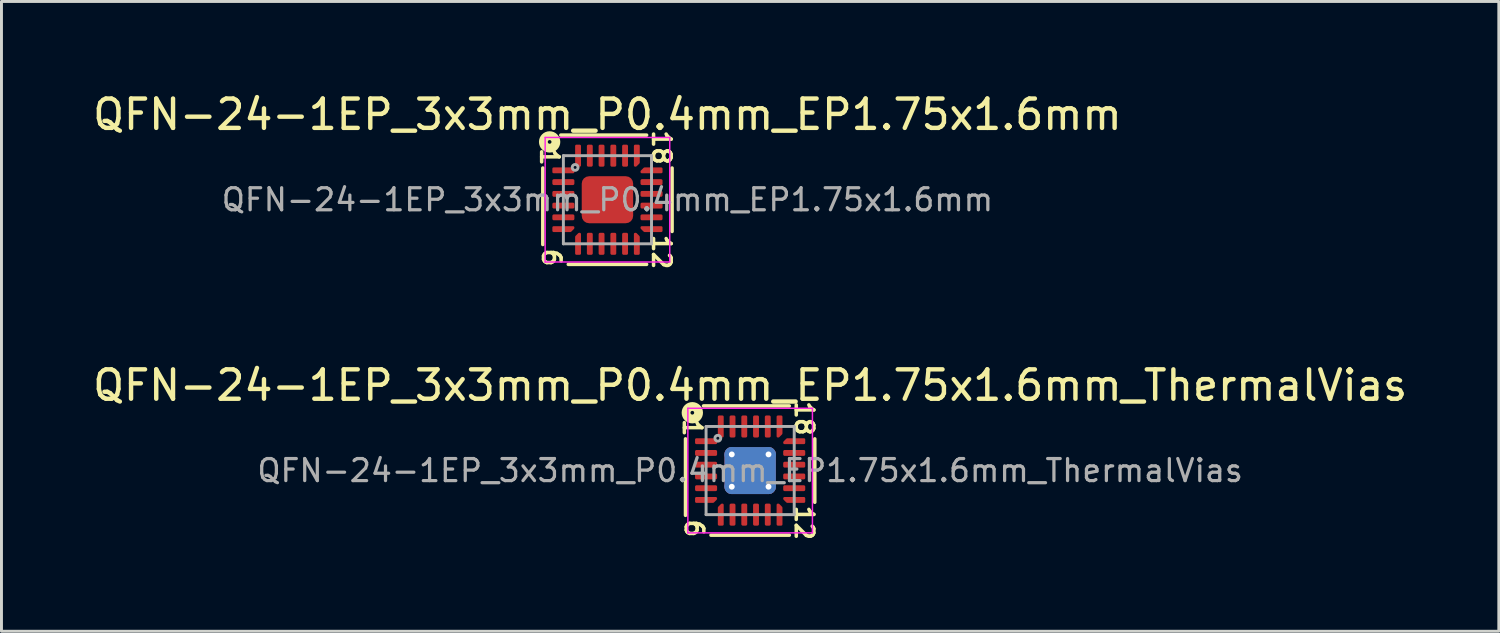
<source format=kicad_pcb>
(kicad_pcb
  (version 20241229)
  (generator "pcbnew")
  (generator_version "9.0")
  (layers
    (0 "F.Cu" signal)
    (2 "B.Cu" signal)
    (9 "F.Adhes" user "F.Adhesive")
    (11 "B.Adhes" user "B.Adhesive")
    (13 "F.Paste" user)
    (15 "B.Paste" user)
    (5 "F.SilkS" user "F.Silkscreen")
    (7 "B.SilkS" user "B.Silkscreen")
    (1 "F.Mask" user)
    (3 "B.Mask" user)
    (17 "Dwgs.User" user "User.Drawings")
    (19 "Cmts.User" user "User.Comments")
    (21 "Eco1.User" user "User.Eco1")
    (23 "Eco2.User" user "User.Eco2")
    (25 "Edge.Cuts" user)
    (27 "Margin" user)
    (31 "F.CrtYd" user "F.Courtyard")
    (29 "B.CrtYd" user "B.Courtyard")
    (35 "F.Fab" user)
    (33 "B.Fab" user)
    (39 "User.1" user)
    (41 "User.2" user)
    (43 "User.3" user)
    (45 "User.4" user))
  (footprint "QFN-24-1EP_3x3mm_P0.4mm_EP1.75x1.6mm_ThermalVias"
    (layer "F.Cu")
    (at 22.482 12.966)
    (property "Reference" "QFN-24-1EP_3x3mm_P0.4mm_EP1.75x1.6mm_ThermalVias" (at 0 -2.9 0) (layer "F.SilkS") (effects (font (size 1 1) (thickness 0.15))))
    (attr smd)
    (fp_line (start -2.2 -1.079) (end -2.2 1.524) (stroke (width 0.12) (type solid)) (layer "F.SilkS"))
    (fp_line (start -1.333 2.2) (end 1.333 2.2) (stroke (width 0.12) (type solid)) (layer "F.SilkS"))
    (fp_line (start 1.333 -2.2) (end -1.587 -2.2) (stroke (width 0.12) (type solid)) (layer "F.SilkS"))
    (fp_line (start 2.2 1.079) (end 2.2 -1.079) (stroke (width 0.12) (type solid)) (layer "F.SilkS"))
    (fp_circle (center -1.968 -1.968) (end -1.905 -1.968) (stroke (width 0.3) (type solid)) (fill no) (layer "F.SilkS"))
    (fp_line (start -2.12 -2.12) (end -2.12 2.12) (stroke (width 0.05) (type solid)) (layer "F.CrtYd"))
    (fp_line (start -2.12 2.12) (end 2.12 2.12) (stroke (width 0.05) (type solid)) (layer "F.CrtYd"))
    (fp_line (start 2.12 -2.12) (end -2.12 -2.12) (stroke (width 0.05) (type solid)) (layer "F.CrtYd"))
    (fp_line (start 2.12 2.12) (end 2.12 -2.12) (stroke (width 0.05) (type solid)) (layer "F.CrtYd"))
    (fp_line (start -1.5 -1.5) (end 1.5 -1.5) (stroke (width 0.1) (type solid)) (layer "F.Fab"))
    (fp_line (start -1.5 1.5) (end -1.5 -1.5) (stroke (width 0.1) (type solid)) (layer "F.Fab"))
    (fp_line (start 1.5 -1.5) (end 1.5 1.5) (stroke (width 0.1) (type solid)) (layer "F.Fab"))
    (fp_line (start 1.5 1.5) (end -1.5 1.5) (stroke (width 0.1) (type solid)) (layer "F.Fab"))
    (fp_circle (center -1.1 -1.1) (end -1 -1.1) (stroke (width 0.1) (type solid)) (fill no) (layer "F.Fab"))
    (fp_text user "1" (at -1.968 -1.46 270) (unlocked yes) (layer "F.SilkS") (effects (font (size 0.6 0.6) (thickness 0.12))))
    (fp_text user "6" (at -1.905 1.968 270) (unlocked yes) (layer "F.SilkS") (effects (font (size 0.6 0.6) (thickness 0.12))))
    (fp_text user "18" (at 1.841 -1.778 270) (unlocked yes) (layer "F.SilkS") (effects (font (size 0.6 0.6) (thickness 0.12))))
    (fp_text user "12" (at 1.841 1.778 270) (unlocked yes) (layer "F.SilkS") (effects (font (size 0.6 0.6) (thickness 0.12))))
    (fp_text user "${REFERENCE}" (at 0 0 0) (layer "F.Fab") (effects (font (size 0.75 0.75) (thickness 0.11))))
    (pad "" smd roundrect (at -0.44 -0.4) (size 0.76 0.69) (layers "F.Paste") (roundrect_rratio 0.25))
    (pad "" smd roundrect (at -0.44 0.4) (size 0.76 0.69) (layers "F.Paste") (roundrect_rratio 0.25))
    (pad "" smd roundrect (at 0.44 -0.4) (size 0.76 0.69) (layers "F.Paste") (roundrect_rratio 0.25))
    (pad "" smd roundrect (at 0.44 0.4) (size 0.76 0.69) (layers "F.Paste") (roundrect_rratio 0.25))
    (pad "1" smd custom (at -1.5 -1) (size 0.115 0.115) (layers "F.Cu" "F.Mask" "F.Paste") (options (anchor circle)) (primitives (gr_poly (pts (xy 0.335 0.037) (xy 0.335 0.06) (xy -0.335 0.06) (xy -0.335 -0.06) (xy 0.238 -0.06)) (width 0.08) (fill yes))))
    (pad "2" smd roundrect (at -1.5 -0.6) (size 0.75 0.2) (layers "F.Cu" "F.Mask" "F.Paste") (roundrect_rratio 0.25))
    (pad "3" smd roundrect (at -1.5 -0.2) (size 0.75 0.2) (layers "F.Cu" "F.Mask" "F.Paste") (roundrect_rratio 0.25))
    (pad "4" smd roundrect (at -1.5 0.2) (size 0.75 0.2) (layers "F.Cu" "F.Mask" "F.Paste") (roundrect_rratio 0.25))
    (pad "5" smd roundrect (at -1.5 0.6) (size 0.75 0.2) (layers "F.Cu" "F.Mask" "F.Paste") (roundrect_rratio 0.25))
    (pad "6" smd custom (at -1.5 1) (size 0.115 0.115) (layers "F.Cu" "F.Mask" "F.Paste") (options (anchor circle)) (primitives (gr_poly (pts (xy 0.335 -0.037) (xy 0.238 0.06) (xy -0.335 0.06) (xy -0.335 -0.06) (xy 0.335 -0.06)) (width 0.08) (fill yes))))
    (pad "7" smd custom (at -1 1.5) (size 0.115 0.115) (layers "F.Cu" "F.Mask" "F.Paste") (options (anchor circle)) (primitives (gr_poly (pts (xy 0.06 0.335) (xy -0.06 0.335) (xy -0.06 -0.238) (xy 0.037 -0.335) (xy 0.06 -0.335)) (width 0.08) (fill yes))))
    (pad "8" smd roundrect (at -0.6 1.5) (size 0.2 0.75) (layers "F.Cu" "F.Mask" "F.Paste") (roundrect_rratio 0.25))
    (pad "9" smd roundrect (at -0.2 1.5) (size 0.2 0.75) (layers "F.Cu" "F.Mask" "F.Paste") (roundrect_rratio 0.25))
    (pad "10" smd roundrect (at 0.2 1.5) (size 0.2 0.75) (layers "F.Cu" "F.Mask" "F.Paste") (roundrect_rratio 0.25))
    (pad "11" smd roundrect (at 0.6 1.5) (size 0.2 0.75) (layers "F.Cu" "F.Mask" "F.Paste") (roundrect_rratio 0.25))
    (pad "12" smd custom (at 1 1.5) (size 0.115 0.115) (layers "F.Cu" "F.Mask" "F.Paste") (options (anchor circle)) (primitives (gr_poly (pts (xy 0.06 -0.238) (xy 0.06 0.335) (xy -0.06 0.335) (xy -0.06 -0.335) (xy -0.037 -0.335)) (width 0.08) (fill yes))))
    (pad "13" smd custom (at 1.5 1) (size 0.115 0.115) (layers "F.Cu" "F.Mask" "F.Paste") (options (anchor circle)) (primitives (gr_poly (pts (xy 0.335 0.06) (xy -0.238 0.06) (xy -0.335 -0.037) (xy -0.335 -0.06) (xy 0.335 -0.06)) (width 0.08) (fill yes))))
    (pad "14" smd roundrect (at 1.5 0.6) (size 0.75 0.2) (layers "F.Cu" "F.Mask" "F.Paste") (roundrect_rratio 0.25))
    (pad "15" smd roundrect (at 1.5 0.2) (size 0.75 0.2) (layers "F.Cu" "F.Mask" "F.Paste") (roundrect_rratio 0.25))
    (pad "16" smd roundrect (at 1.5 -0.2) (size 0.75 0.2) (layers "F.Cu" "F.Mask" "F.Paste") (roundrect_rratio 0.25))
    (pad "17" smd roundrect (at 1.5 -0.6) (size 0.75 0.2) (layers "F.Cu" "F.Mask" "F.Paste") (roundrect_rratio 0.25))
    (pad "18" smd custom (at 1.5 -1) (size 0.115 0.115) (layers "F.Cu" "F.Mask" "F.Paste") (options (anchor circle)) (primitives (gr_poly (pts (xy 0.335 0.06) (xy -0.335 0.06) (xy -0.335 0.037) (xy -0.238 -0.06) (xy 0.335 -0.06)) (width 0.08) (fill yes))))
    (pad "19" smd custom (at 1 -1.5) (size 0.115 0.115) (layers "F.Cu" "F.Mask" "F.Paste") (options (anchor circle)) (primitives (gr_poly (pts (xy 0.06 0.238) (xy -0.037 0.335) (xy -0.06 0.335) (xy -0.06 -0.335) (xy 0.06 -0.335)) (width 0.08) (fill yes))))
    (pad "20" smd roundrect (at 0.6 -1.5) (size 0.2 0.75) (layers "F.Cu" "F.Mask" "F.Paste") (roundrect_rratio 0.25))
    (pad "21" smd roundrect (at 0.2 -1.5) (size 0.2 0.75) (layers "F.Cu" "F.Mask" "F.Paste") (roundrect_rratio 0.25))
    (pad "22" smd roundrect (at -0.2 -1.5) (size 0.2 0.75) (layers "F.Cu" "F.Mask" "F.Paste") (roundrect_rratio 0.25))
    (pad "23" smd roundrect (at -0.6 -1.5) (size 0.2 0.75) (layers "F.Cu" "F.Mask" "F.Paste") (roundrect_rratio 0.25))
    (pad "24" smd custom (at -1 -1.5) (size 0.115 0.115) (layers "F.Cu" "F.Mask" "F.Paste") (options (anchor circle)) (primitives (gr_poly (pts (xy 0.06 0.335) (xy 0.037 0.335) (xy -0.06 0.238) (xy -0.06 -0.335) (xy 0.06 -0.335)) (width 0.08) (fill yes))))
    (pad "25" thru_hole circle (at -0.625 -0.55) (size 0.5 0.5) (drill 0.2) (property pad_prop_heatsink) (layers "*.Cu"))
    (pad "25" thru_hole circle (at -0.625 0.55) (size 0.5 0.5) (drill 0.2) (property pad_prop_heatsink) (layers "*.Cu"))
    (pad "25" smd roundrect (at 0 0) (size 1.75 1.6) (layers "F.Cu" "F.Mask") (roundrect_rratio 0.156))
    (pad "25" smd roundrect (at 0 0) (size 1.75 1.6) (layers "B.Cu" "B.Mask") (roundrect_rratio 0.156))
    (pad "25" thru_hole circle (at 0.625 -0.55) (size 0.5 0.5) (drill 0.2) (property pad_prop_heatsink) (layers "*.Cu"))
    (pad "25" thru_hole circle (at 0.625 0.55) (size 0.5 0.5) (drill 0.2) (property pad_prop_heatsink) (layers "*.Cu")))
  (footprint "QFN-24-1EP_3x3mm_P0.4mm_EP1.75x1.6mm"
    (layer "F.Cu")
    (at 17.625 3.748)
    (property "Reference" "QFN-24-1EP_3x3mm_P0.4mm_EP1.75x1.6mm" (at 0 -2.9 0) (layer "F.SilkS") (effects (font (size 1 1) (thickness 0.15))))
    (attr smd)
    (fp_line (start -2.2 -1.079) (end -2.2 1.524) (stroke (width 0.12) (type solid)) (layer "F.SilkS"))
    (fp_line (start -1.333 2.2) (end 1.333 2.2) (stroke (width 0.12) (type solid)) (layer "F.SilkS"))
    (fp_line (start 1.333 -2.2) (end -1.587 -2.2) (stroke (width 0.12) (type solid)) (layer "F.SilkS"))
    (fp_line (start 2.2 1.079) (end 2.2 -1.079) (stroke (width 0.12) (type solid)) (layer "F.SilkS"))
    (fp_circle (center -1.968 -1.968) (end -1.905 -1.968) (stroke (width 0.3) (type solid)) (fill no) (layer "F.SilkS"))
    (fp_line (start -2.12 -2.12) (end -2.12 2.12) (stroke (width 0.05) (type solid)) (layer "F.CrtYd"))
    (fp_line (start -2.12 2.12) (end 2.12 2.12) (stroke (width 0.05) (type solid)) (layer "F.CrtYd"))
    (fp_line (start 2.12 -2.12) (end -2.12 -2.12) (stroke (width 0.05) (type solid)) (layer "F.CrtYd"))
    (fp_line (start 2.12 2.12) (end 2.12 -2.12) (stroke (width 0.05) (type solid)) (layer "F.CrtYd"))
    (fp_line (start -1.5 -1.5) (end 1.5 -1.5) (stroke (width 0.1) (type solid)) (layer "F.Fab"))
    (fp_line (start -1.5 1.5) (end -1.5 -1.5) (stroke (width 0.1) (type solid)) (layer "F.Fab"))
    (fp_line (start 1.5 -1.5) (end 1.5 1.5) (stroke (width 0.1) (type solid)) (layer "F.Fab"))
    (fp_line (start 1.5 1.5) (end -1.5 1.5) (stroke (width 0.1) (type solid)) (layer "F.Fab"))
    (fp_circle (center -1.1 -1.1) (end -1 -1.1) (stroke (width 0.1) (type solid)) (fill no) (layer "F.Fab"))
    (fp_text user "1" (at -1.968 -1.46 270) (unlocked yes) (layer "F.SilkS") (effects (font (size 0.6 0.6) (thickness 0.12))))
    (fp_text user "12" (at 1.841 1.778 270) (unlocked yes) (layer "F.SilkS") (effects (font (size 0.6 0.6) (thickness 0.12))))
    (fp_text user "18" (at 1.841 -1.778 270) (unlocked yes) (layer "F.SilkS") (effects (font (size 0.6 0.6) (thickness 0.12))))
    (fp_text user "6" (at -1.905 1.968 270) (unlocked yes) (layer "F.SilkS") (effects (font (size 0.6 0.6) (thickness 0.12))))
    (fp_text user "${REFERENCE}" (at 0 0 0) (layer "F.Fab") (effects (font (size 0.75 0.75) (thickness 0.11))))
    (pad "" smd roundrect (at -0.44 -0.4) (size 0.71 0.64) (layers "F.Paste") (roundrect_rratio 0.25))
    (pad "" smd roundrect (at -0.44 0.4) (size 0.71 0.64) (layers "F.Paste") (roundrect_rratio 0.25))
    (pad "" smd roundrect (at 0.44 -0.4) (size 0.71 0.64) (layers "F.Paste") (roundrect_rratio 0.25))
    (pad "" smd roundrect (at 0.44 0.4) (size 0.71 0.64) (layers "F.Paste") (roundrect_rratio 0.25))
    (pad "1" smd custom (at -1.5 -1) (size 0.115 0.115) (layers "F.Cu" "F.Mask" "F.Paste") (options (anchor circle)) (primitives (gr_poly (pts (xy 0.335 0.037) (xy 0.335 0.06) (xy -0.335 0.06) (xy -0.335 -0.06) (xy 0.238 -0.06)) (width 0.08) (fill yes))))
    (pad "2" smd roundrect (at -1.5 -0.6) (size 0.75 0.2) (layers "F.Cu" "F.Mask" "F.Paste") (roundrect_rratio 0.25))
    (pad "3" smd roundrect (at -1.5 -0.2) (size 0.75 0.2) (layers "F.Cu" "F.Mask" "F.Paste") (roundrect_rratio 0.25))
    (pad "4" smd roundrect (at -1.5 0.2) (size 0.75 0.2) (layers "F.Cu" "F.Mask" "F.Paste") (roundrect_rratio 0.25))
    (pad "5" smd roundrect (at -1.5 0.6) (size 0.75 0.2) (layers "F.Cu" "F.Mask" "F.Paste") (roundrect_rratio 0.25))
    (pad "6" smd custom (at -1.5 1) (size 0.115 0.115) (layers "F.Cu" "F.Mask" "F.Paste") (options (anchor circle)) (primitives (gr_poly (pts (xy 0.335 -0.037) (xy 0.238 0.06) (xy -0.335 0.06) (xy -0.335 -0.06) (xy 0.335 -0.06)) (width 0.08) (fill yes))))
    (pad "7" smd custom (at -1 1.5) (size 0.115 0.115) (layers "F.Cu" "F.Mask" "F.Paste") (options (anchor circle)) (primitives (gr_poly (pts (xy 0.06 0.335) (xy -0.06 0.335) (xy -0.06 -0.238) (xy 0.037 -0.335) (xy 0.06 -0.335)) (width 0.08) (fill yes))))
    (pad "8" smd roundrect (at -0.6 1.5) (size 0.2 0.75) (layers "F.Cu" "F.Mask" "F.Paste") (roundrect_rratio 0.25))
    (pad "9" smd roundrect (at -0.2 1.5) (size 0.2 0.75) (layers "F.Cu" "F.Mask" "F.Paste") (roundrect_rratio 0.25))
    (pad "10" smd roundrect (at 0.2 1.5) (size 0.2 0.75) (layers "F.Cu" "F.Mask" "F.Paste") (roundrect_rratio 0.25))
    (pad "11" smd roundrect (at 0.6 1.5) (size 0.2 0.75) (layers "F.Cu" "F.Mask" "F.Paste") (roundrect_rratio 0.25))
    (pad "12" smd custom (at 1 1.5) (size 0.115 0.115) (layers "F.Cu" "F.Mask" "F.Paste") (options (anchor circle)) (primitives (gr_poly (pts (xy 0.06 -0.238) (xy 0.06 0.335) (xy -0.06 0.335) (xy -0.06 -0.335) (xy -0.037 -0.335)) (width 0.08) (fill yes))))
    (pad "13" smd custom (at 1.5 1) (size 0.115 0.115) (layers "F.Cu" "F.Mask" "F.Paste") (options (anchor circle)) (primitives (gr_poly (pts (xy 0.335 0.06) (xy -0.238 0.06) (xy -0.335 -0.037) (xy -0.335 -0.06) (xy 0.335 -0.06)) (width 0.08) (fill yes))))
    (pad "14" smd roundrect (at 1.5 0.6) (size 0.75 0.2) (layers "F.Cu" "F.Mask" "F.Paste") (roundrect_rratio 0.25))
    (pad "15" smd roundrect (at 1.5 0.2) (size 0.75 0.2) (layers "F.Cu" "F.Mask" "F.Paste") (roundrect_rratio 0.25))
    (pad "16" smd roundrect (at 1.5 -0.2) (size 0.75 0.2) (layers "F.Cu" "F.Mask" "F.Paste") (roundrect_rratio 0.25))
    (pad "17" smd roundrect (at 1.5 -0.6) (size 0.75 0.2) (layers "F.Cu" "F.Mask" "F.Paste") (roundrect_rratio 0.25))
    (pad "18" smd custom (at 1.5 -1) (size 0.115 0.115) (layers "F.Cu" "F.Mask" "F.Paste") (options (anchor circle)) (primitives (gr_poly (pts (xy 0.335 0.06) (xy -0.335 0.06) (xy -0.335 0.037) (xy -0.238 -0.06) (xy 0.335 -0.06)) (width 0.08) (fill yes))))
    (pad "19" smd custom (at 1 -1.5) (size 0.115 0.115) (layers "F.Cu" "F.Mask" "F.Paste") (options (anchor circle)) (primitives (gr_poly (pts (xy 0.06 0.238) (xy -0.037 0.335) (xy -0.06 0.335) (xy -0.06 -0.335) (xy 0.06 -0.335)) (width 0.08) (fill yes))))
    (pad "20" smd roundrect (at 0.6 -1.5) (size 0.2 0.75) (layers "F.Cu" "F.Mask" "F.Paste") (roundrect_rratio 0.25))
    (pad "21" smd roundrect (at 0.2 -1.5) (size 0.2 0.75) (layers "F.Cu" "F.Mask" "F.Paste") (roundrect_rratio 0.25))
    (pad "22" smd roundrect (at -0.2 -1.5) (size 0.2 0.75) (layers "F.Cu" "F.Mask" "F.Paste") (roundrect_rratio 0.25))
    (pad "23" smd roundrect (at -0.6 -1.5) (size 0.2 0.75) (layers "F.Cu" "F.Mask" "F.Paste") (roundrect_rratio 0.25))
    (pad "24" smd custom (at -1 -1.5) (size 0.115 0.115) (layers "F.Cu" "F.Mask" "F.Paste") (options (anchor circle)) (primitives (gr_poly (pts (xy 0.06 0.335) (xy 0.037 0.335) (xy -0.06 0.238) (xy -0.06 -0.335) (xy 0.06 -0.335)) (width 0.08) (fill yes))))
    (pad "25" smd roundrect (at 0 0) (size 1.75 1.6) (layers "F.Cu" "F.Mask") (roundrect_rratio 0.156)))
  (gr_rect
    (start -3 -3)
    (end 47.964 18.435)
    (stroke (width 0.1) (type default))
    (fill no)
    (layer "Edge.Cuts")))
</source>
